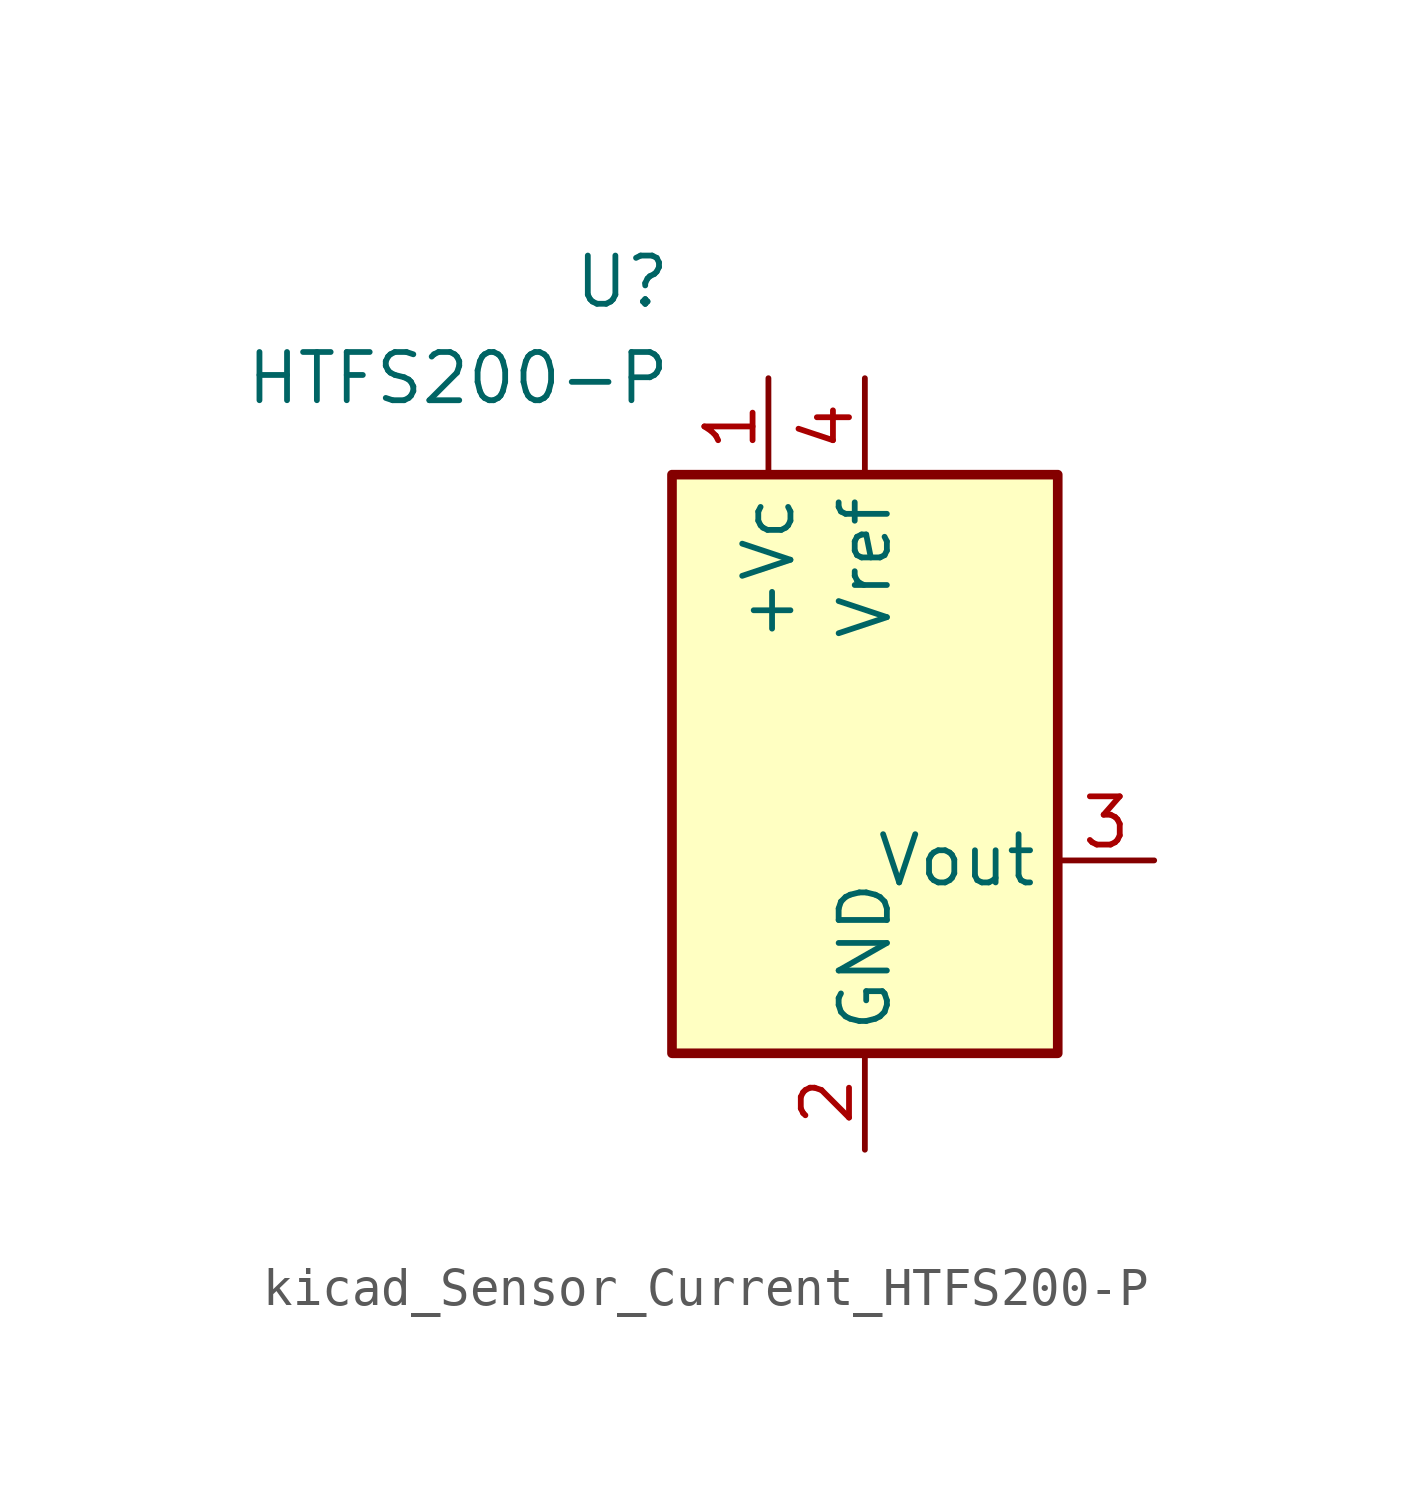
<source format=kicad_sym>
(kicad_symbol_lib
  (version 20220914)
  (generator kicad_symbol_editor)
  (symbol "kicad_Sensor_Current_HTFS200-P"
    (property "Reference" "U"
      (at 0 12.7 0)
      (effects (font (size 1.27 1.27)) (justify right)))
    (property "Value" "HTFS200-P"
      (at 0 10.16 0)
      (effects (font (size 1.27 1.27)) (justify right)))
    (symbol "kicad_Sensor_Current_HTFS200-P_0_1"
      (rectangle (start 0 7.62) (end 10.16 -7.62) (stroke (width 0.254) (type default)) (fill (type background))))
    (symbol "kicad_Sensor_Current_HTFS200-P_1_1"
      (pin power_in line (at 2.54 10.16 270) (length 2.54) (name "+Vc" (effects (font (size 1.27 1.27)))) (number "1" (effects (font (size 1.27 1.27)))))
      (pin power_in line (at 5.08 -10.16 90) (length 2.54) (name "GND" (effects (font (size 1.27 1.27)))) (number "2" (effects (font (size 1.27 1.27)))))
      (pin output line (at 12.7 -2.54 180) (length 2.54) (name "Vout" (effects (font (size 1.27 1.27)))) (number "3" (effects (font (size 1.27 1.27)))))
      (pin passive line (at 5.08 10.16 270) (length 2.54) (name "Vref" (effects (font (size 1.27 1.27)))) (number "4" (effects (font (size 1.27 1.27))))))))
</source>
